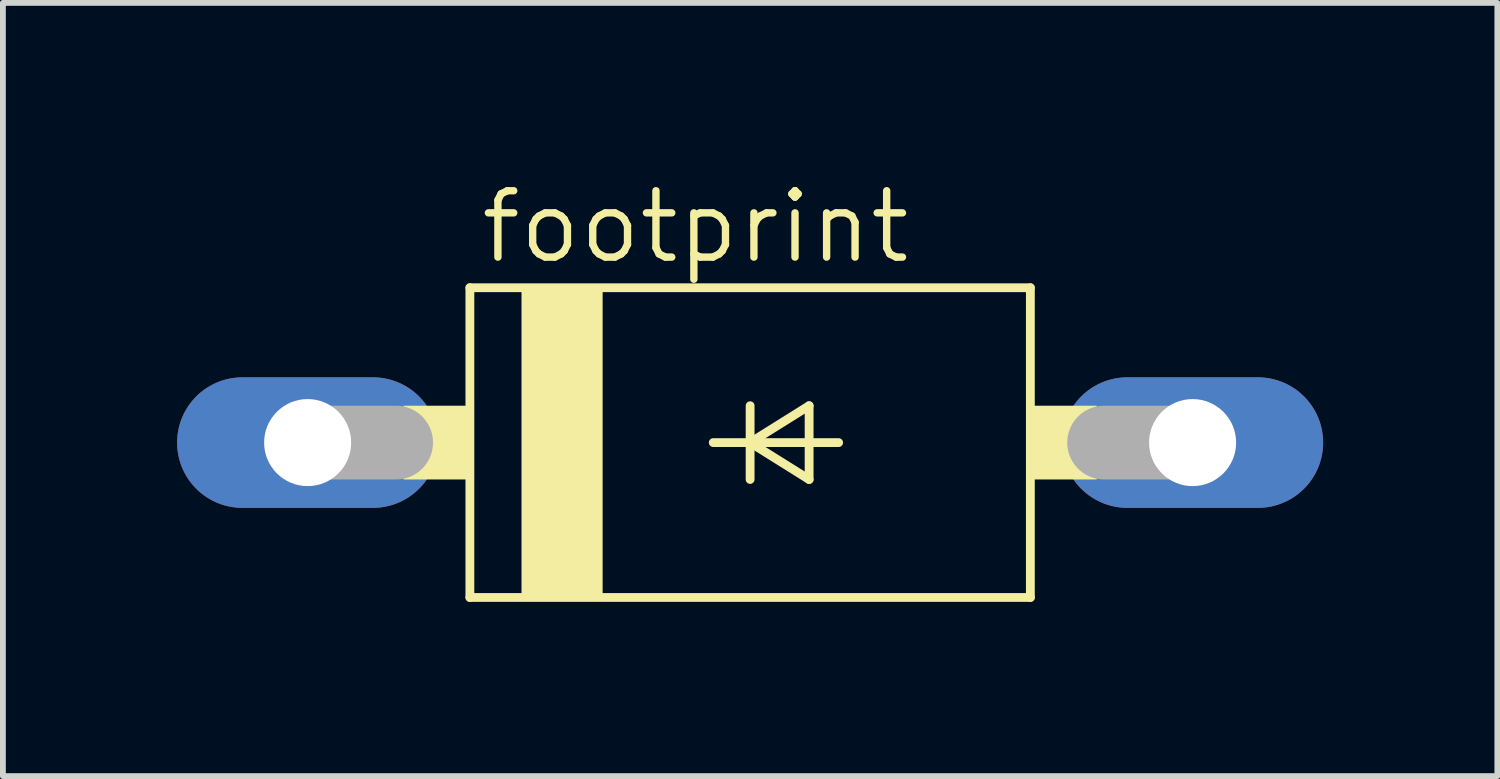
<source format=kicad_pcb>
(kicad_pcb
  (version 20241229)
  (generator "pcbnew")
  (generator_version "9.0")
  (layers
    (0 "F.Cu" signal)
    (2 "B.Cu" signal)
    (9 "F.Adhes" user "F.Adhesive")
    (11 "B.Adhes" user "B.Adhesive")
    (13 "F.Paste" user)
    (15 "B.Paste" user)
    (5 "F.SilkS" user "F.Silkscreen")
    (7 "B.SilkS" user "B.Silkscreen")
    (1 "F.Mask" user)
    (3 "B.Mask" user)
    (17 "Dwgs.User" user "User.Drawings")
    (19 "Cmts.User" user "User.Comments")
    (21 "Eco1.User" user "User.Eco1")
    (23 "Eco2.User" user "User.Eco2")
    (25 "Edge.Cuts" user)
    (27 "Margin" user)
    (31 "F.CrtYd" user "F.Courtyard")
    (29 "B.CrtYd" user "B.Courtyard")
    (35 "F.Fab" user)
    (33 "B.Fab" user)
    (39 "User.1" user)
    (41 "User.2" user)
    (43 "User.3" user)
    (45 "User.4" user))
  (footprint "footprint"
    (layer "F.Cu")
    (at 9.868 4.572)
    (property "Reference" "footprint" (at -4.699 -3.048 0) (layer "F.SilkS") (effects (font (size 1.143 1.143) (thickness 0.127)) (justify left bottom)))
    (fp_line (start -4.826 -2.667) (end -4.826 2.667) (stroke (width 0.152) (type solid)) (layer "F.SilkS"))
    (fp_line (start -4.826 -2.667) (end 4.826 -2.667) (stroke (width 0.152) (type solid)) (layer "F.SilkS"))
    (fp_line (start -0.635 0) (end 0 0) (stroke (width 0.152) (type solid)) (layer "F.SilkS"))
    (fp_line (start 0 -0.635) (end 0 0) (stroke (width 0.152) (type solid)) (layer "F.SilkS"))
    (fp_line (start 0 0) (end 0 0.635) (stroke (width 0.152) (type solid)) (layer "F.SilkS"))
    (fp_line (start 0 0) (end 1.016 -0.635) (stroke (width 0.152) (type solid)) (layer "F.SilkS"))
    (fp_line (start 0 0) (end 1.524 0) (stroke (width 0.152) (type solid)) (layer "F.SilkS"))
    (fp_line (start 1.016 -0.635) (end 1.016 0.635) (stroke (width 0.152) (type solid)) (layer "F.SilkS"))
    (fp_line (start 1.016 0.635) (end 0 0) (stroke (width 0.152) (type solid)) (layer "F.SilkS"))
    (fp_line (start 4.826 2.667) (end -4.826 2.667) (stroke (width 0.152) (type solid)) (layer "F.SilkS"))
    (fp_line (start 4.826 2.667) (end 4.826 -2.667) (stroke (width 0.152) (type solid)) (layer "F.SilkS"))
    (fp_poly (pts (xy -5.969 0.635) (xy -4.826 0.635) (xy -4.826 -0.635) (xy -5.969 -0.635)) (stroke (width 0) (type solid)) (fill yes) (layer "F.SilkS"))
    (fp_poly (pts (xy -3.937 2.667) (xy -2.54 2.667) (xy -2.54 -2.667) (xy -3.937 -2.667)) (stroke (width 0) (type solid)) (fill yes) (layer "F.SilkS"))
    (fp_poly (pts (xy 4.826 0.635) (xy 5.969 0.635) (xy 5.969 -0.635) (xy 4.826 -0.635)) (stroke (width 0) (type solid)) (fill yes) (layer "F.SilkS"))
    (fp_line (start -7.62 0) (end -6.096 0) (stroke (width 1.27) (type solid)) (layer "F.Fab"))
    (fp_line (start 7.62 0) (end 6.096 0) (stroke (width 1.27) (type solid)) (layer "F.Fab"))
    (pad "A" thru_hole oval (at 7.62 0) (size 4.496 2.248) (drill 1.499) (layers "*.Cu" "*.Mask"))
    (pad "C" thru_hole oval (at -7.62 0) (size 4.496 2.248) (drill 1.499) (layers "*.Cu" "*.Mask")))
  (gr_rect
    (start -3 -3)
    (end 22.736 10.315)
    (stroke (width 0.1) (type default))
    (fill no)
    (layer "Edge.Cuts")))
</source>
